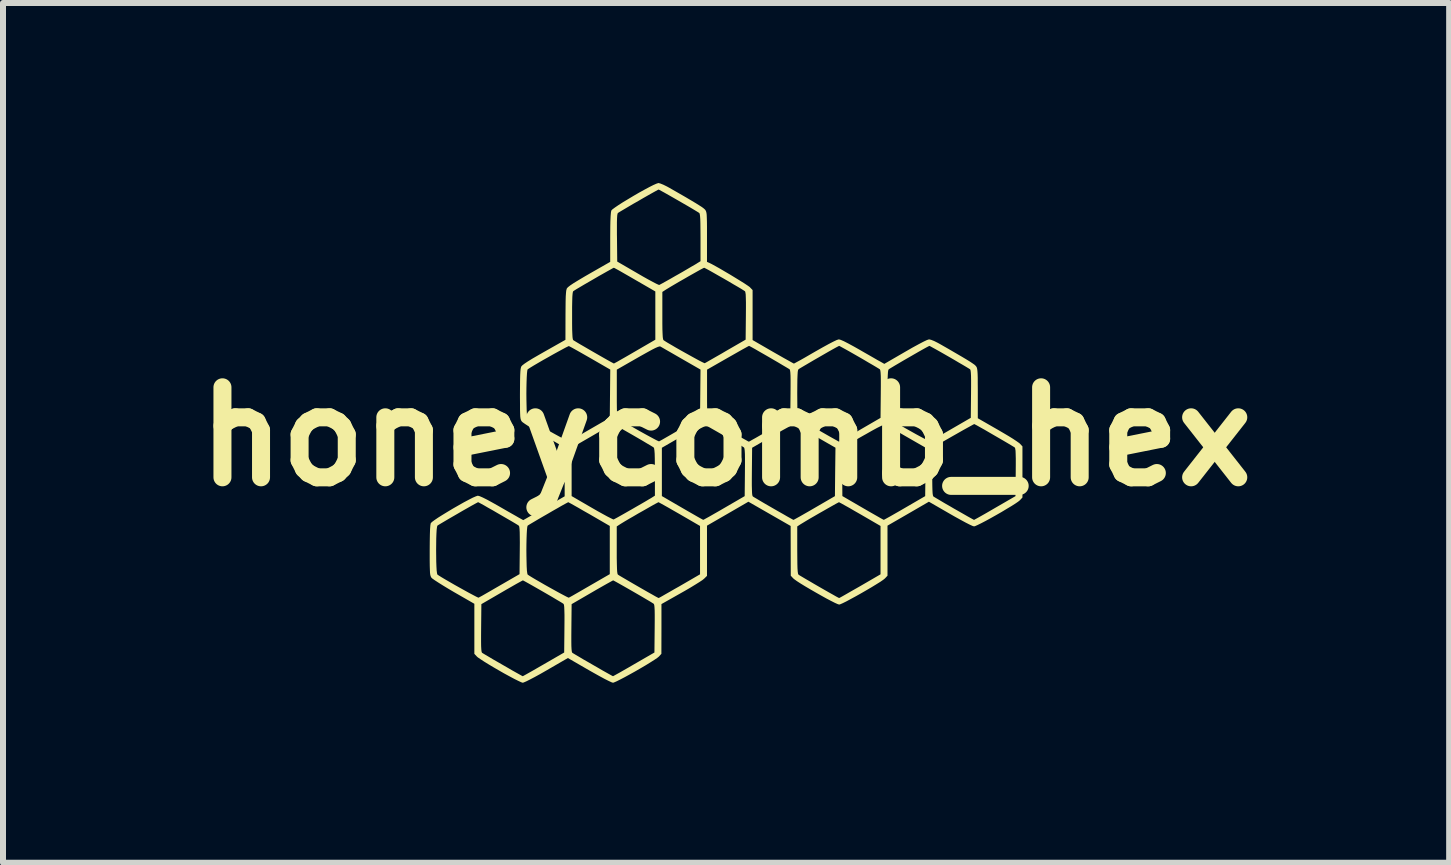
<source format=kicad_pcb>
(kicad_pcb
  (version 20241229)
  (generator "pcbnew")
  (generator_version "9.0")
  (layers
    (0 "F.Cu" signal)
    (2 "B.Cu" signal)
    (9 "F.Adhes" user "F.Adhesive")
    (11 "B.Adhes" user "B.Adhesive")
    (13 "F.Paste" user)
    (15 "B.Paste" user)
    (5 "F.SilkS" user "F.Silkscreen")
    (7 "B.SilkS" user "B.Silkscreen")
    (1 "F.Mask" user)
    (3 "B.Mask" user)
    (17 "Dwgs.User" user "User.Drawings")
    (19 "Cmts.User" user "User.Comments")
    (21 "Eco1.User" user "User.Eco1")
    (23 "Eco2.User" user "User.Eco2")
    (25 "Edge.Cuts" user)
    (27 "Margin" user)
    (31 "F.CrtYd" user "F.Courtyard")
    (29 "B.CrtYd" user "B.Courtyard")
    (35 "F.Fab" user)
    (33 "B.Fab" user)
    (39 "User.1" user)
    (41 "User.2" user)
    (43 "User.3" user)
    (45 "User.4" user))
  (footprint "honeycomb_hex"
    (layer "F.Cu")
    (at 9.05 4.226)
    (property "Reference" "honeycomb_hex" (at 0 0 0) (layer "F.SilkS") (effects (font (size 1.5 1.5) (thickness 0.3))))
    (attr board_only exclude_from_pos_files exclude_from_bom)
    (fp_poly (pts (xy -1.096 -4.218) (xy -1.046 -4.198) (xy -0.985 -4.168) (xy -0.945 -4.146) (xy -0.8 -4.063) (xy -0.68 -3.994) (xy -0.582 -3.936) (xy -0.505 -3.89) (xy -0.446 -3.853) (xy -0.402 -3.825) (xy -0.373 -3.803) (xy -0.354 -3.786) (xy -0.349 -3.781) (xy -0.34 -3.767) (xy -0.333 -3.751) (xy -0.327 -3.728) (xy -0.323 -3.696) (xy -0.321 -3.649) (xy -0.319 -3.584) (xy -0.318 -3.497) (xy -0.318 -3.385) (xy -0.318 -3.327) (xy -0.318 -2.912) (xy -0.281 -2.896) (xy -0.237 -2.874) (xy -0.175 -2.84) (xy -0.1 -2.798) (xy -0.017 -2.749) (xy 0.07 -2.698) (xy 0.155 -2.646) (xy 0.235 -2.597) (xy 0.304 -2.554) (xy 0.358 -2.518) (xy 0.392 -2.494) (xy 0.399 -2.487) (xy 0.442 -2.442) (xy 0.442 -2.025) (xy 0.442 -1.609) (xy 0.781 -1.413) (xy 0.874 -1.36) (xy 0.958 -1.312) (xy 1.03 -1.272) (xy 1.085 -1.241) (xy 1.12 -1.222) (xy 1.131 -1.217) (xy 1.147 -1.225) (xy 1.185 -1.246) (xy 1.244 -1.278) (xy 1.318 -1.32) (xy 1.404 -1.37) (xy 1.489 -1.419) (xy 1.609 -1.487) (xy 1.709 -1.542) (xy 1.788 -1.583) (xy 1.845 -1.61) (xy 1.878 -1.62) (xy 1.881 -1.62) (xy 1.911 -1.612) (xy 1.964 -1.589) (xy 2.038 -1.551) (xy 2.13 -1.501) (xy 2.21 -1.456) (xy 2.3 -1.404) (xy 2.386 -1.355) (xy 2.461 -1.312) (xy 2.521 -1.277) (xy 2.561 -1.255) (xy 2.567 -1.252) (xy 2.637 -1.212) (xy 2.989 -1.416) (xy 3.109 -1.485) (xy 3.21 -1.54) (xy 3.29 -1.582) (xy 3.347 -1.609) (xy 3.381 -1.62) (xy 3.385 -1.62) (xy 3.416 -1.613) (xy 3.467 -1.593) (xy 3.527 -1.563) (xy 3.567 -1.541) (xy 3.712 -1.458) (xy 3.832 -1.388) (xy 3.93 -1.331) (xy 4.007 -1.285) (xy 4.067 -1.248) (xy 4.11 -1.219) (xy 4.14 -1.198) (xy 4.158 -1.181) (xy 4.163 -1.175) (xy 4.173 -1.162) (xy 4.18 -1.146) (xy 4.185 -1.123) (xy 4.189 -1.09) (xy 4.192 -1.044) (xy 4.194 -0.979) (xy 4.194 -0.892) (xy 4.195 -0.78) (xy 4.195 -0.721) (xy 4.195 -0.306) (xy 4.524 -0.117) (xy 4.618 -0.062) (xy 4.706 -0.01) (xy 4.782 0.037) (xy 4.842 0.077) (xy 4.883 0.106) (xy 4.896 0.117) (xy 4.939 0.163) (xy 4.939 0.589) (xy 4.939 1.015) (xy 4.896 1.061) (xy 4.869 1.083) (xy 4.821 1.116) (xy 4.755 1.158) (xy 4.676 1.205) (xy 4.59 1.257) (xy 4.499 1.309) (xy 4.41 1.359) (xy 4.326 1.405) (xy 4.251 1.444) (xy 4.19 1.474) (xy 4.149 1.492) (xy 4.132 1.496) (xy 4.108 1.489) (xy 4.06 1.467) (xy 3.993 1.433) (xy 3.91 1.388) (xy 3.814 1.335) (xy 3.737 1.291) (xy 3.38 1.085) (xy 3.035 1.285) (xy 2.69 1.484) (xy 2.69 1.901) (xy 2.69 2.318) (xy 2.648 2.363) (xy 2.621 2.385) (xy 2.572 2.419) (xy 2.506 2.46) (xy 2.428 2.508) (xy 2.341 2.559) (xy 2.251 2.611) (xy 2.162 2.661) (xy 2.077 2.707) (xy 2.003 2.747) (xy 1.942 2.777) (xy 1.9 2.795) (xy 1.884 2.799) (xy 1.859 2.791) (xy 1.812 2.77) (xy 1.747 2.737) (xy 1.669 2.696) (xy 1.583 2.648) (xy 1.493 2.597) (xy 1.403 2.545) (xy 1.318 2.495) (xy 1.243 2.449) (xy 1.181 2.409) (xy 1.138 2.378) (xy 1.12 2.363) (xy 1.078 2.318) (xy 1.077 1.903) (xy 1.076 1.497) (xy 1.186 1.497) (xy 1.186 1.89) (xy 1.187 2.02) (xy 1.188 2.121) (xy 1.19 2.197) (xy 1.194 2.25) (xy 1.199 2.283) (xy 1.205 2.299) (xy 1.206 2.299) (xy 1.224 2.312) (xy 1.265 2.336) (xy 1.322 2.37) (xy 1.393 2.411) (xy 1.471 2.457) (xy 1.554 2.505) (xy 1.636 2.552) (xy 1.713 2.596) (xy 1.781 2.634) (xy 1.835 2.665) (xy 1.871 2.684) (xy 1.884 2.69) (xy 1.899 2.683) (xy 1.937 2.662) (xy 1.995 2.629) (xy 2.068 2.587) (xy 2.154 2.538) (xy 2.233 2.493) (xy 2.574 2.295) (xy 2.574 1.892) (xy 2.574 1.489) (xy 2.233 1.291) (xy 2.14 1.238) (xy 2.056 1.189) (xy 1.984 1.149) (xy 1.929 1.118) (xy 1.893 1.099) (xy 1.882 1.093) (xy 1.866 1.101) (xy 1.828 1.121) (xy 1.773 1.152) (xy 1.704 1.191) (xy 1.627 1.235) (xy 1.546 1.281) (xy 1.465 1.328) (xy 1.39 1.371) (xy 1.325 1.41) (xy 1.274 1.441) (xy 1.244 1.459) (xy 1.186 1.497) (xy 1.076 1.497) (xy 1.076 1.489) (xy 0.724 1.287) (xy 0.372 1.085) (xy 0.027 1.285) (xy -0.318 1.484) (xy -0.318 1.903) (xy -0.318 2.321) (xy -0.368 2.37) (xy -0.396 2.392) (xy -0.446 2.425) (xy -0.515 2.468) (xy -0.597 2.518) (xy -0.688 2.571) (xy -0.748 2.605) (xy -1.077 2.791) (xy -1.077 3.206) (xy -1.078 3.62) (xy -1.12 3.666) (xy -1.147 3.688) (xy -1.196 3.721) (xy -1.262 3.763) (xy -1.34 3.811) (xy -1.427 3.862) (xy -1.517 3.914) (xy -1.607 3.964) (xy -1.691 4.01) (xy -1.766 4.049) (xy -1.826 4.079) (xy -1.868 4.097) (xy -1.884 4.102) (xy -1.909 4.094) (xy -1.956 4.072) (xy -2.024 4.038) (xy -2.107 3.993) (xy -2.202 3.94) (xy -2.28 3.896) (xy -2.636 3.69) (xy -2.992 3.896) (xy -3.095 3.955) (xy -3.188 4.006) (xy -3.268 4.048) (xy -3.33 4.079) (xy -3.372 4.097) (xy -3.388 4.102) (xy -3.413 4.094) (xy -3.46 4.072) (xy -3.527 4.039) (xy -3.609 3.995) (xy -3.703 3.944) (xy -3.769 3.906) (xy -3.864 3.851) (xy -3.953 3.798) (xy -4.031 3.75) (xy -4.093 3.709) (xy -4.136 3.68) (xy -4.152 3.666) (xy -4.195 3.62) (xy -4.195 3.317) (xy -4.083 3.317) (xy -4.083 3.418) (xy -4.082 3.493) (xy -4.079 3.547) (xy -4.075 3.581) (xy -4.069 3.599) (xy -4.067 3.602) (xy -4.048 3.614) (xy -4.008 3.638) (xy -3.95 3.672) (xy -3.88 3.714) (xy -3.801 3.759) (xy -3.718 3.807) (xy -3.636 3.854) (xy -3.559 3.899) (xy -3.491 3.937) (xy -3.437 3.967) (xy -3.401 3.987) (xy -3.388 3.993) (xy -3.373 3.985) (xy -3.335 3.964) (xy -3.278 3.932) (xy -3.204 3.89) (xy -3.119 3.841) (xy -3.039 3.795) (xy -2.698 3.598) (xy -2.695 3.317) (xy -2.579 3.317) (xy -2.579 3.418) (xy -2.578 3.493) (xy -2.575 3.547) (xy -2.571 3.581) (xy -2.565 3.599) (xy -2.563 3.602) (xy -2.544 3.614) (xy -2.504 3.638) (xy -2.446 3.672) (xy -2.376 3.714) (xy -2.297 3.759) (xy -2.214 3.807) (xy -2.132 3.854) (xy -2.055 3.899) (xy -1.987 3.937) (xy -1.933 3.967) (xy -1.897 3.987) (xy -1.884 3.993) (xy -1.869 3.985) (xy -1.831 3.964) (xy -1.773 3.932) (xy -1.7 3.89) (xy -1.614 3.841) (xy -1.535 3.795) (xy -1.194 3.598) (xy -1.19 3.2) (xy -1.189 3.072) (xy -1.189 2.971) (xy -1.19 2.896) (xy -1.193 2.842) (xy -1.197 2.808) (xy -1.203 2.79) (xy -1.205 2.787) (xy -1.225 2.774) (xy -1.265 2.749) (xy -1.323 2.715) (xy -1.394 2.673) (xy -1.473 2.627) (xy -1.556 2.579) (xy -1.638 2.532) (xy -1.715 2.488) (xy -1.782 2.45) (xy -1.836 2.42) (xy -1.871 2.401) (xy -1.882 2.396) (xy -1.898 2.404) (xy -1.936 2.425) (xy -1.994 2.457) (xy -2.068 2.499) (xy -2.154 2.548) (xy -2.233 2.594) (xy -2.574 2.792) (xy -2.578 3.189) (xy -2.579 3.317) (xy -2.695 3.317) (xy -2.694 3.2) (xy -2.693 3.072) (xy -2.693 2.971) (xy -2.695 2.896) (xy -2.697 2.842) (xy -2.701 2.808) (xy -2.707 2.79) (xy -2.71 2.787) (xy -2.729 2.774) (xy -2.77 2.749) (xy -2.828 2.715) (xy -2.898 2.673) (xy -2.977 2.627) (xy -3.06 2.579) (xy -3.142 2.532) (xy -3.219 2.488) (xy -3.286 2.45) (xy -3.34 2.42) (xy -3.375 2.401) (xy -3.387 2.396) (xy -3.402 2.404) (xy -3.441 2.425) (xy -3.499 2.457) (xy -3.572 2.499) (xy -3.658 2.548) (xy -3.737 2.594) (xy -4.078 2.792) (xy -4.082 3.189) (xy -4.083 3.317) (xy -4.195 3.317) (xy -4.195 3.203) (xy -4.195 2.786) (xy -4.536 2.59) (xy -4.631 2.534) (xy -4.718 2.481) (xy -4.793 2.434) (xy -4.853 2.395) (xy -4.893 2.367) (xy -4.908 2.354) (xy -4.917 2.34) (xy -4.924 2.324) (xy -4.93 2.301) (xy -4.934 2.268) (xy -4.936 2.22) (xy -4.938 2.155) (xy -4.939 2.068) (xy -4.939 1.955) (xy -4.939 1.898) (xy -4.939 1.891) (xy -4.832 1.891) (xy -4.831 1.989) (xy -4.83 2.082) (xy -4.827 2.164) (xy -4.823 2.232) (xy -4.817 2.278) (xy -4.811 2.299) (xy -4.811 2.299) (xy -4.786 2.316) (xy -4.741 2.344) (xy -4.679 2.381) (xy -4.606 2.423) (xy -4.525 2.47) (xy -4.441 2.517) (xy -4.358 2.563) (xy -4.282 2.605) (xy -4.216 2.64) (xy -4.165 2.667) (xy -4.133 2.682) (xy -4.125 2.684) (xy -4.108 2.675) (xy -4.067 2.653) (xy -4.008 2.619) (xy -3.933 2.576) (xy -3.847 2.526) (xy -3.776 2.485) (xy -3.442 2.292) (xy -3.438 1.896) (xy -3.438 1.891) (xy -3.328 1.891) (xy -3.327 1.989) (xy -3.325 2.082) (xy -3.323 2.164) (xy -3.319 2.232) (xy -3.313 2.278) (xy -3.307 2.299) (xy -3.307 2.299) (xy -3.282 2.316) (xy -3.237 2.344) (xy -3.175 2.381) (xy -3.102 2.423) (xy -3.021 2.47) (xy -2.937 2.517) (xy -2.854 2.563) (xy -2.778 2.605) (xy -2.712 2.64) (xy -2.661 2.667) (xy -2.629 2.682) (xy -2.621 2.684) (xy -2.603 2.675) (xy -2.563 2.653) (xy -2.504 2.619) (xy -2.429 2.576) (xy -2.343 2.526) (xy -2.272 2.485) (xy -1.938 2.292) (xy -1.938 1.89) (xy -1.938 1.497) (xy -1.822 1.497) (xy -1.822 1.89) (xy -1.822 2.02) (xy -1.82 2.121) (xy -1.818 2.197) (xy -1.815 2.25) (xy -1.81 2.283) (xy -1.804 2.299) (xy -1.803 2.299) (xy -1.784 2.312) (xy -1.744 2.336) (xy -1.686 2.37) (xy -1.616 2.411) (xy -1.537 2.457) (xy -1.454 2.505) (xy -1.372 2.552) (xy -1.295 2.596) (xy -1.227 2.634) (xy -1.173 2.665) (xy -1.137 2.684) (xy -1.124 2.69) (xy -1.109 2.683) (xy -1.071 2.662) (xy -1.014 2.629) (xy -0.94 2.587) (xy -0.855 2.538) (xy -0.775 2.493) (xy -0.434 2.295) (xy -0.434 1.892) (xy -0.434 1.489) (xy -0.775 1.291) (xy -0.868 1.238) (xy -0.953 1.189) (xy -1.024 1.149) (xy -1.08 1.118) (xy -1.115 1.099) (xy -1.126 1.093) (xy -1.142 1.101) (xy -1.18 1.121) (xy -1.236 1.152) (xy -1.304 1.191) (xy -1.381 1.235) (xy -1.463 1.281) (xy -1.543 1.328) (xy -1.618 1.371) (xy -1.684 1.41) (xy -1.735 1.441) (xy -1.764 1.459) (xy -1.822 1.497) (xy -1.938 1.497) (xy -1.938 1.489) (xy -2.279 1.291) (xy -2.373 1.238) (xy -2.457 1.189) (xy -2.528 1.149) (xy -2.583 1.118) (xy -2.619 1.099) (xy -2.63 1.093) (xy -2.645 1.101) (xy -2.683 1.121) (xy -2.739 1.152) (xy -2.808 1.192) (xy -2.886 1.236) (xy -2.968 1.284) (xy -3.05 1.331) (xy -3.129 1.377) (xy -3.198 1.418) (xy -3.254 1.451) (xy -3.292 1.474) (xy -3.307 1.484) (xy -3.313 1.505) (xy -3.318 1.551) (xy -3.322 1.618) (xy -3.325 1.7) (xy -3.327 1.793) (xy -3.328 1.891) (xy -3.438 1.891) (xy -3.437 1.768) (xy -3.438 1.667) (xy -3.439 1.592) (xy -3.442 1.539) (xy -3.446 1.505) (xy -3.451 1.488) (xy -3.454 1.485) (xy -3.474 1.471) (xy -3.515 1.446) (xy -3.574 1.411) (xy -3.645 1.37) (xy -3.724 1.324) (xy -3.807 1.276) (xy -3.889 1.228) (xy -3.966 1.185) (xy -4.033 1.146) (xy -4.086 1.117) (xy -4.121 1.098) (xy -4.133 1.093) (xy -4.148 1.101) (xy -4.186 1.121) (xy -4.242 1.152) (xy -4.312 1.192) (xy -4.39 1.236) (xy -4.472 1.284) (xy -4.555 1.332) (xy -4.633 1.377) (xy -4.702 1.418) (xy -4.758 1.451) (xy -4.796 1.474) (xy -4.811 1.484) (xy -4.817 1.505) (xy -4.823 1.551) (xy -4.827 1.618) (xy -4.83 1.7) (xy -4.831 1.793) (xy -4.832 1.891) (xy -4.939 1.891) (xy -4.938 1.749) (xy -4.936 1.63) (xy -4.933 1.54) (xy -4.928 1.479) (xy -4.922 1.445) (xy -4.921 1.443) (xy -4.902 1.423) (xy -4.86 1.392) (xy -4.8 1.351) (xy -4.725 1.304) (xy -4.64 1.252) (xy -4.55 1.198) (xy -4.459 1.146) (xy -4.371 1.096) (xy -4.29 1.053) (xy -4.222 1.018) (xy -4.169 0.995) (xy -4.138 0.985) (xy -4.136 0.985) (xy -4.106 0.993) (xy -4.053 1.016) (xy -3.979 1.053) (xy -3.888 1.103) (xy -3.806 1.149) (xy -3.716 1.201) (xy -3.631 1.25) (xy -3.555 1.293) (xy -3.495 1.327) (xy -3.456 1.35) (xy -3.45 1.353) (xy -3.38 1.392) (xy -3.035 1.194) (xy -2.69 0.995) (xy -2.69 0.588) (xy -2.69 0.186) (xy -2.574 0.186) (xy -2.574 0.589) (xy -2.574 0.991) (xy -2.233 1.189) (xy -2.139 1.243) (xy -2.054 1.29) (xy -1.981 1.33) (xy -1.924 1.359) (xy -1.887 1.377) (xy -1.873 1.381) (xy -1.855 1.371) (xy -1.814 1.349) (xy -1.755 1.316) (xy -1.681 1.274) (xy -1.599 1.227) (xy -1.579 1.216) (xy -1.491 1.165) (xy -1.409 1.118) (xy -1.337 1.076) (xy -1.282 1.043) (xy -1.247 1.023) (xy -1.244 1.021) (xy -1.186 0.984) (xy -1.186 0.591) (xy -1.187 0.461) (xy -1.188 0.36) (xy -1.19 0.284) (xy -1.194 0.231) (xy -1.199 0.198) (xy -1.203 0.186) (xy -1.07 0.186) (xy -1.07 0.589) (xy -1.07 0.991) (xy -0.729 1.189) (xy -0.636 1.243) (xy -0.552 1.291) (xy -0.481 1.332) (xy -0.426 1.363) (xy -0.391 1.382) (xy -0.38 1.387) (xy -0.365 1.38) (xy -0.327 1.359) (xy -0.269 1.327) (xy -0.196 1.285) (xy -0.11 1.236) (xy -0.031 1.19) (xy 0.31 0.992) (xy 0.313 0.712) (xy 0.429 0.712) (xy 0.429 0.813) (xy 0.431 0.888) (xy 0.433 0.941) (xy 0.437 0.976) (xy 0.443 0.993) (xy 0.446 0.997) (xy 0.464 1.009) (xy 0.505 1.033) (xy 0.562 1.067) (xy 0.633 1.109) (xy 0.711 1.154) (xy 0.794 1.202) (xy 0.876 1.249) (xy 0.954 1.293) (xy 1.021 1.332) (xy 1.075 1.362) (xy 1.111 1.382) (xy 1.124 1.388) (xy 1.139 1.38) (xy 1.177 1.359) (xy 1.235 1.327) (xy 1.308 1.285) (xy 1.394 1.236) (xy 1.473 1.19) (xy 1.814 0.992) (xy 1.818 0.589) (xy 1.823 0.186) (xy 1.931 0.186) (xy 1.935 0.589) (xy 1.938 0.991) (xy 2.279 1.189) (xy 2.372 1.243) (xy 2.456 1.291) (xy 2.528 1.332) (xy 2.582 1.363) (xy 2.617 1.382) (xy 2.628 1.387) (xy 2.643 1.38) (xy 2.681 1.359) (xy 2.739 1.327) (xy 2.812 1.285) (xy 2.898 1.236) (xy 2.977 1.19) (xy 3.318 0.992) (xy 3.323 0.589) (xy 3.323 0.583) (xy 3.435 0.583) (xy 3.436 0.714) (xy 3.437 0.816) (xy 3.439 0.892) (xy 3.442 0.946) (xy 3.447 0.979) (xy 3.453 0.995) (xy 3.454 0.997) (xy 3.473 1.009) (xy 3.513 1.033) (xy 3.571 1.067) (xy 3.641 1.109) (xy 3.72 1.154) (xy 3.802 1.202) (xy 3.885 1.249) (xy 3.962 1.293) (xy 4.03 1.332) (xy 4.084 1.362) (xy 4.12 1.382) (xy 4.133 1.388) (xy 4.147 1.38) (xy 4.186 1.359) (xy 4.243 1.327) (xy 4.317 1.285) (xy 4.402 1.236) (xy 4.481 1.19) (xy 4.823 0.992) (xy 4.827 0.595) (xy 4.828 0.467) (xy 4.828 0.366) (xy 4.826 0.291) (xy 4.824 0.237) (xy 4.819 0.203) (xy 4.814 0.185) (xy 4.811 0.182) (xy 4.793 0.17) (xy 4.752 0.145) (xy 4.695 0.111) (xy 4.625 0.07) (xy 4.546 0.024) (xy 4.463 -0.024) (xy 4.382 -0.071) (xy 4.305 -0.116) (xy 4.237 -0.154) (xy 4.184 -0.184) (xy 4.148 -0.203) (xy 4.136 -0.209) (xy 4.121 -0.202) (xy 4.083 -0.181) (xy 4.025 -0.149) (xy 3.951 -0.108) (xy 3.865 -0.059) (xy 3.782 -0.012) (xy 3.436 0.186) (xy 3.435 0.583) (xy 3.323 0.583) (xy 3.327 0.186) (xy 3.005 0.001) (xy 2.913 -0.052) (xy 2.829 -0.1) (xy 2.758 -0.141) (xy 2.703 -0.173) (xy 2.668 -0.193) (xy 2.658 -0.199) (xy 2.643 -0.2) (xy 2.617 -0.193) (xy 2.575 -0.174) (xy 2.515 -0.144) (xy 2.436 -0.101) (xy 2.334 -0.043) (xy 2.282 -0.014) (xy 1.931 0.186) (xy 1.823 0.186) (xy 1.823 0.185) (xy 1.487 -0.008) (xy 1.394 -0.061) (xy 1.309 -0.109) (xy 1.237 -0.15) (xy 1.181 -0.181) (xy 1.145 -0.2) (xy 1.134 -0.205) (xy 1.116 -0.199) (xy 1.076 -0.179) (xy 1.016 -0.147) (xy 0.941 -0.106) (xy 0.854 -0.057) (xy 0.775 -0.011) (xy 0.434 0.186) (xy 0.43 0.583) (xy 0.429 0.712) (xy 0.313 0.712) (xy 0.314 0.595) (xy 0.315 0.467) (xy 0.315 0.366) (xy 0.314 0.29) (xy 0.311 0.237) (xy 0.307 0.203) (xy 0.301 0.185) (xy 0.299 0.182) (xy 0.28 0.169) (xy 0.239 0.144) (xy 0.181 0.11) (xy 0.11 0.068) (xy 0.031 0.022) (xy -0.052 -0.026) (xy -0.134 -0.073) (xy -0.211 -0.117) (xy -0.278 -0.155) (xy -0.331 -0.185) (xy -0.366 -0.204) (xy -0.378 -0.209) (xy -0.394 -0.202) (xy -0.432 -0.181) (xy -0.49 -0.148) (xy -0.564 -0.106) (xy -0.65 -0.057) (xy -0.729 -0.011) (xy -1.07 0.186) (xy -1.203 0.186) (xy -1.205 0.182) (xy -1.206 0.182) (xy -1.225 0.169) (xy -1.266 0.144) (xy -1.324 0.11) (xy -1.394 0.068) (xy -1.473 0.022) (xy -1.556 -0.026) (xy -1.638 -0.073) (xy -1.715 -0.117) (xy -1.782 -0.155) (xy -1.836 -0.185) (xy -1.871 -0.204) (xy -1.882 -0.209) (xy -1.898 -0.202) (xy -1.936 -0.181) (xy -1.994 -0.148) (xy -2.068 -0.106) (xy -2.154 -0.057) (xy -2.233 -0.011) (xy -2.574 0.186) (xy -2.69 0.186) (xy -2.69 0.181) (xy -3.032 -0.016) (xy -3.126 -0.071) (xy -3.214 -0.124) (xy -3.289 -0.171) (xy -3.349 -0.21) (xy -3.389 -0.238) (xy -3.404 -0.252) (xy -3.413 -0.265) (xy -3.42 -0.281) (xy -3.426 -0.304) (xy -3.43 -0.337) (xy -3.432 -0.385) (xy -3.434 -0.45) (xy -3.434 -0.537) (xy -3.435 -0.65) (xy -3.435 -0.708) (xy -3.435 -0.714) (xy -3.328 -0.714) (xy -3.327 -0.616) (xy -3.325 -0.523) (xy -3.323 -0.441) (xy -3.319 -0.373) (xy -3.313 -0.327) (xy -3.307 -0.306) (xy -3.307 -0.306) (xy -3.282 -0.289) (xy -3.237 -0.261) (xy -3.175 -0.224) (xy -3.102 -0.182) (xy -3.021 -0.135) (xy -2.937 -0.088) (xy -2.854 -0.042) (xy -2.778 -0.000428) (xy -2.712 0.035) (xy -2.661 0.062) (xy -2.629 0.077) (xy -2.621 0.079) (xy -2.603 0.07) (xy -2.563 0.048) (xy -2.504 0.014) (xy -2.429 -0.029) (xy -2.343 -0.079) (xy -2.272 -0.12) (xy -1.938 -0.313) (xy -1.934 -0.715) (xy -1.934 -0.719) (xy -1.821 -0.719) (xy -1.821 -0.589) (xy -1.82 -0.487) (xy -1.818 -0.411) (xy -1.815 -0.357) (xy -1.81 -0.323) (xy -1.804 -0.307) (xy -1.803 -0.306) (xy -1.778 -0.289) (xy -1.733 -0.261) (xy -1.671 -0.224) (xy -1.597 -0.182) (xy -1.516 -0.135) (xy -1.433 -0.088) (xy -1.35 -0.042) (xy -1.274 -0.000428) (xy -1.208 0.035) (xy -1.157 0.062) (xy -1.125 0.077) (xy -1.116 0.079) (xy -1.099 0.07) (xy -1.059 0.048) (xy -1 0.014) (xy -0.925 -0.029) (xy -0.839 -0.079) (xy -0.768 -0.12) (xy -0.434 -0.313) (xy -0.43 -0.715) (xy -0.43 -0.719) (xy -0.317 -0.719) (xy -0.317 -0.589) (xy -0.316 -0.487) (xy -0.314 -0.411) (xy -0.31 -0.357) (xy -0.306 -0.323) (xy -0.3 -0.307) (xy -0.299 -0.306) (xy -0.279 -0.293) (xy -0.239 -0.269) (xy -0.181 -0.234) (xy -0.111 -0.193) (xy -0.032 -0.147) (xy 0.051 -0.1) (xy 0.133 -0.053) (xy 0.21 -0.009) (xy 0.278 0.029) (xy 0.332 0.059) (xy 0.367 0.079) (xy 0.38 0.084) (xy 0.395 0.077) (xy 0.433 0.055) (xy 0.491 0.023) (xy 0.564 -0.019) (xy 0.65 -0.068) (xy 0.729 -0.114) (xy 1.07 -0.312) (xy 1.074 -0.708) (xy 1.074 -0.713) (xy 1.186 -0.713) (xy 1.187 -0.584) (xy 1.188 -0.483) (xy 1.19 -0.407) (xy 1.194 -0.354) (xy 1.199 -0.322) (xy 1.205 -0.306) (xy 1.206 -0.306) (xy 1.225 -0.293) (xy 1.265 -0.269) (xy 1.323 -0.234) (xy 1.394 -0.193) (xy 1.472 -0.147) (xy 1.555 -0.1) (xy 1.637 -0.053) (xy 1.714 -0.009) (xy 1.782 0.029) (xy 1.836 0.059) (xy 1.871 0.079) (xy 1.884 0.084) (xy 1.899 0.077) (xy 1.937 0.055) (xy 1.995 0.023) (xy 2.068 -0.019) (xy 2.154 -0.068) (xy 2.233 -0.114) (xy 2.574 -0.312) (xy 2.578 -0.708) (xy 2.578 -0.713) (xy 2.69 -0.713) (xy 2.691 -0.584) (xy 2.692 -0.483) (xy 2.694 -0.407) (xy 2.698 -0.354) (xy 2.703 -0.322) (xy 2.709 -0.306) (xy 2.71 -0.306) (xy 2.734 -0.289) (xy 2.78 -0.261) (xy 2.842 -0.224) (xy 2.915 -0.182) (xy 2.996 -0.135) (xy 3.08 -0.088) (xy 3.162 -0.042) (xy 3.239 -0.000428) (xy 3.305 0.035) (xy 3.356 0.062) (xy 3.388 0.077) (xy 3.396 0.079) (xy 3.413 0.07) (xy 3.453 0.048) (xy 3.513 0.014) (xy 3.587 -0.029) (xy 3.674 -0.079) (xy 3.745 -0.12) (xy 4.078 -0.313) (xy 4.082 -0.709) (xy 4.083 -0.837) (xy 4.083 -0.938) (xy 4.082 -1.013) (xy 4.079 -1.066) (xy 4.075 -1.1) (xy 4.069 -1.118) (xy 4.067 -1.121) (xy 4.047 -1.134) (xy 4.006 -1.159) (xy 3.947 -1.194) (xy 3.876 -1.235) (xy 3.797 -1.282) (xy 3.714 -1.33) (xy 3.632 -1.377) (xy 3.555 -1.421) (xy 3.487 -1.459) (xy 3.434 -1.488) (xy 3.4 -1.507) (xy 3.388 -1.512) (xy 3.372 -1.504) (xy 3.334 -1.484) (xy 3.278 -1.453) (xy 3.209 -1.414) (xy 3.131 -1.369) (xy 3.048 -1.321) (xy 2.966 -1.274) (xy 2.888 -1.228) (xy 2.818 -1.187) (xy 2.763 -1.154) (xy 2.725 -1.131) (xy 2.71 -1.121) (xy 2.703 -1.107) (xy 2.698 -1.077) (xy 2.695 -1.027) (xy 2.692 -0.954) (xy 2.691 -0.856) (xy 2.69 -0.73) (xy 2.69 -0.713) (xy 2.578 -0.713) (xy 2.579 -0.837) (xy 2.579 -0.937) (xy 2.578 -1.013) (xy 2.575 -1.066) (xy 2.571 -1.1) (xy 2.565 -1.118) (xy 2.563 -1.121) (xy 2.543 -1.134) (xy 2.502 -1.159) (xy 2.443 -1.194) (xy 2.372 -1.235) (xy 2.293 -1.282) (xy 2.21 -1.33) (xy 2.128 -1.377) (xy 2.051 -1.421) (xy 1.983 -1.459) (xy 1.93 -1.488) (xy 1.896 -1.507) (xy 1.884 -1.512) (xy 1.868 -1.504) (xy 1.83 -1.484) (xy 1.774 -1.453) (xy 1.705 -1.414) (xy 1.627 -1.369) (xy 1.544 -1.321) (xy 1.462 -1.274) (xy 1.384 -1.228) (xy 1.314 -1.187) (xy 1.258 -1.154) (xy 1.22 -1.131) (xy 1.206 -1.121) (xy 1.199 -1.107) (xy 1.194 -1.077) (xy 1.191 -1.027) (xy 1.188 -0.954) (xy 1.187 -0.856) (xy 1.186 -0.73) (xy 1.186 -0.713) (xy 1.074 -0.713) (xy 1.075 -0.837) (xy 1.075 -0.937) (xy 1.074 -1.013) (xy 1.071 -1.066) (xy 1.067 -1.1) (xy 1.061 -1.118) (xy 1.059 -1.121) (xy 1.04 -1.133) (xy 1 -1.157) (xy 0.942 -1.191) (xy 0.872 -1.233) (xy 0.793 -1.279) (xy 0.711 -1.327) (xy 0.629 -1.374) (xy 0.552 -1.418) (xy 0.485 -1.457) (xy 0.431 -1.487) (xy 0.396 -1.506) (xy 0.383 -1.512) (xy 0.368 -1.505) (xy 0.33 -1.484) (xy 0.272 -1.452) (xy 0.198 -1.41) (xy 0.112 -1.361) (xy 0.029 -1.314) (xy -0.317 -1.116) (xy -0.317 -0.719) (xy -0.43 -0.719) (xy -0.426 -1.117) (xy -0.748 -1.302) (xy -0.84 -1.355) (xy -0.923 -1.403) (xy -0.995 -1.444) (xy -1.05 -1.476) (xy -1.085 -1.496) (xy -1.095 -1.502) (xy -1.109 -1.503) (xy -1.136 -1.495) (xy -1.178 -1.477) (xy -1.237 -1.447) (xy -1.317 -1.403) (xy -1.419 -1.346) (xy -1.47 -1.317) (xy -1.821 -1.116) (xy -1.821 -0.719) (xy -1.934 -0.719) (xy -1.93 -1.117) (xy -2.266 -1.311) (xy -2.359 -1.364) (xy -2.443 -1.412) (xy -2.516 -1.453) (xy -2.572 -1.484) (xy -2.608 -1.503) (xy -2.62 -1.509) (xy -2.636 -1.502) (xy -2.675 -1.483) (xy -2.732 -1.452) (xy -2.802 -1.414) (xy -2.882 -1.37) (xy -2.965 -1.323) (xy -3.049 -1.276) (xy -3.128 -1.23) (xy -3.198 -1.189) (xy -3.254 -1.155) (xy -3.293 -1.13) (xy -3.307 -1.121) (xy -3.313 -1.1) (xy -3.318 -1.054) (xy -3.322 -0.987) (xy -3.325 -0.905) (xy -3.327 -0.812) (xy -3.328 -0.714) (xy -3.435 -0.714) (xy -3.434 -0.84) (xy -3.433 -0.945) (xy -3.431 -1.025) (xy -3.428 -1.084) (xy -3.424 -1.126) (xy -3.418 -1.154) (xy -3.413 -1.168) (xy -3.396 -1.187) (xy -3.36 -1.215) (xy -3.305 -1.252) (xy -3.227 -1.3) (xy -3.125 -1.359) (xy -3.034 -1.411) (xy -2.677 -1.613) (xy -2.676 -2.016) (xy -2.566 -2.016) (xy -2.566 -1.886) (xy -2.565 -1.785) (xy -2.562 -1.71) (xy -2.559 -1.657) (xy -2.554 -1.624) (xy -2.548 -1.609) (xy -2.547 -1.608) (xy -2.528 -1.596) (xy -2.487 -1.571) (xy -2.43 -1.537) (xy -2.359 -1.496) (xy -2.28 -1.45) (xy -2.197 -1.402) (xy -2.115 -1.355) (xy -2.038 -1.311) (xy -1.971 -1.273) (xy -1.917 -1.243) (xy -1.881 -1.224) (xy -1.869 -1.218) (xy -1.854 -1.226) (xy -1.815 -1.247) (xy -1.758 -1.28) (xy -1.684 -1.322) (xy -1.599 -1.371) (xy -1.52 -1.417) (xy -1.179 -1.615) (xy -1.179 -2.017) (xy -1.179 -2.411) (xy -1.062 -2.411) (xy -1.062 -2.018) (xy -1.062 -1.888) (xy -1.061 -1.787) (xy -1.058 -1.711) (xy -1.055 -1.658) (xy -1.05 -1.625) (xy -1.044 -1.609) (xy -1.043 -1.608) (xy -1.018 -1.591) (xy -0.973 -1.563) (xy -0.911 -1.527) (xy -0.838 -1.484) (xy -0.757 -1.438) (xy -0.673 -1.391) (xy -0.59 -1.345) (xy -0.514 -1.303) (xy -0.448 -1.267) (xy -0.397 -1.241) (xy -0.365 -1.226) (xy -0.357 -1.223) (xy -0.339 -1.232) (xy -0.299 -1.255) (xy -0.24 -1.289) (xy -0.165 -1.332) (xy -0.079 -1.381) (xy -0.008 -1.423) (xy 0.326 -1.616) (xy 0.33 -2.012) (xy 0.331 -2.14) (xy 0.331 -2.24) (xy 0.329 -2.315) (xy 0.327 -2.369) (xy 0.322 -2.402) (xy 0.317 -2.42) (xy 0.314 -2.423) (xy 0.294 -2.436) (xy 0.253 -2.462) (xy 0.194 -2.497) (xy 0.123 -2.538) (xy 0.044 -2.585) (xy -0.039 -2.633) (xy -0.122 -2.68) (xy -0.199 -2.724) (xy -0.266 -2.762) (xy -0.319 -2.791) (xy -0.354 -2.809) (xy -0.365 -2.814) (xy -0.381 -2.807) (xy -0.419 -2.787) (xy -0.475 -2.756) (xy -0.544 -2.717) (xy -0.622 -2.673) (xy -0.703 -2.626) (xy -0.784 -2.58) (xy -0.859 -2.536) (xy -0.925 -2.497) (xy -0.976 -2.466) (xy -1.004 -2.449) (xy -1.062 -2.411) (xy -1.179 -2.411) (xy -1.179 -2.419) (xy -1.52 -2.616) (xy -1.613 -2.67) (xy -1.697 -2.718) (xy -1.768 -2.759) (xy -1.824 -2.79) (xy -1.859 -2.809) (xy -1.87 -2.814) (xy -1.886 -2.807) (xy -1.923 -2.786) (xy -1.979 -2.755) (xy -2.048 -2.716) (xy -2.126 -2.672) (xy -2.208 -2.624) (xy -2.291 -2.576) (xy -2.369 -2.531) (xy -2.438 -2.49) (xy -2.494 -2.457) (xy -2.532 -2.433) (xy -2.547 -2.423) (xy -2.553 -2.41) (xy -2.558 -2.379) (xy -2.562 -2.329) (xy -2.564 -2.257) (xy -2.566 -2.159) (xy -2.566 -2.033) (xy -2.566 -2.016) (xy -2.676 -2.016) (xy -2.676 -2.021) (xy -2.675 -2.151) (xy -2.674 -2.254) (xy -2.672 -2.333) (xy -2.668 -2.391) (xy -2.664 -2.432) (xy -2.657 -2.459) (xy -2.653 -2.47) (xy -2.635 -2.49) (xy -2.598 -2.519) (xy -2.54 -2.558) (xy -2.458 -2.608) (xy -2.352 -2.671) (xy -2.281 -2.712) (xy -1.931 -2.912) (xy -1.931 -3.32) (xy -1.93 -3.468) (xy -1.93 -3.483) (xy -1.819 -3.483) (xy -1.819 -3.365) (xy -1.818 -3.313) (xy -1.814 -2.917) (xy -1.473 -2.719) (xy -1.38 -2.665) (xy -1.294 -2.617) (xy -1.221 -2.578) (xy -1.164 -2.548) (xy -1.127 -2.531) (xy -1.114 -2.527) (xy -1.095 -2.537) (xy -1.054 -2.559) (xy -0.995 -2.592) (xy -0.922 -2.633) (xy -0.839 -2.681) (xy -0.819 -2.692) (xy -0.731 -2.742) (xy -0.649 -2.79) (xy -0.578 -2.832) (xy -0.522 -2.864) (xy -0.487 -2.885) (xy -0.485 -2.887) (xy -0.426 -2.923) (xy -0.426 -3.317) (xy -0.427 -3.446) (xy -0.428 -3.548) (xy -0.43 -3.624) (xy -0.434 -3.677) (xy -0.439 -3.709) (xy -0.445 -3.725) (xy -0.446 -3.726) (xy -0.466 -3.739) (xy -0.507 -3.764) (xy -0.565 -3.799) (xy -0.636 -3.841) (xy -0.716 -3.887) (xy -0.799 -3.935) (xy -0.881 -3.982) (xy -0.958 -4.026) (xy -1.025 -4.064) (xy -1.078 -4.093) (xy -1.113 -4.112) (xy -1.124 -4.117) (xy -1.14 -4.11) (xy -1.178 -4.089) (xy -1.234 -4.058) (xy -1.303 -4.019) (xy -1.382 -3.974) (xy -1.464 -3.926) (xy -1.547 -3.879) (xy -1.625 -3.833) (xy -1.694 -3.792) (xy -1.75 -3.759) (xy -1.788 -3.736) (xy -1.803 -3.726) (xy -1.809 -3.713) (xy -1.814 -3.686) (xy -1.817 -3.64) (xy -1.819 -3.574) (xy -1.819 -3.483) (xy -1.93 -3.483) (xy -1.928 -3.586) (xy -1.924 -3.675) (xy -1.919 -3.735) (xy -1.913 -3.766) (xy -1.913 -3.767) (xy -1.894 -3.787) (xy -1.852 -3.818) (xy -1.792 -3.859) (xy -1.717 -3.907) (xy -1.632 -3.958) (xy -1.542 -4.012) (xy -1.451 -4.065) (xy -1.362 -4.114) (xy -1.282 -4.157) (xy -1.213 -4.192) (xy -1.161 -4.215) (xy -1.13 -4.225) (xy -1.127 -4.226)) (stroke (width 0) (type solid)) (fill yes) (layer "F.SilkS")))
  (gr_rect
    (start -3 -3)
    (end 21.1 11.327)
    (stroke (width 0.1) (type default))
    (fill no)
    (layer "Edge.Cuts")))
</source>
